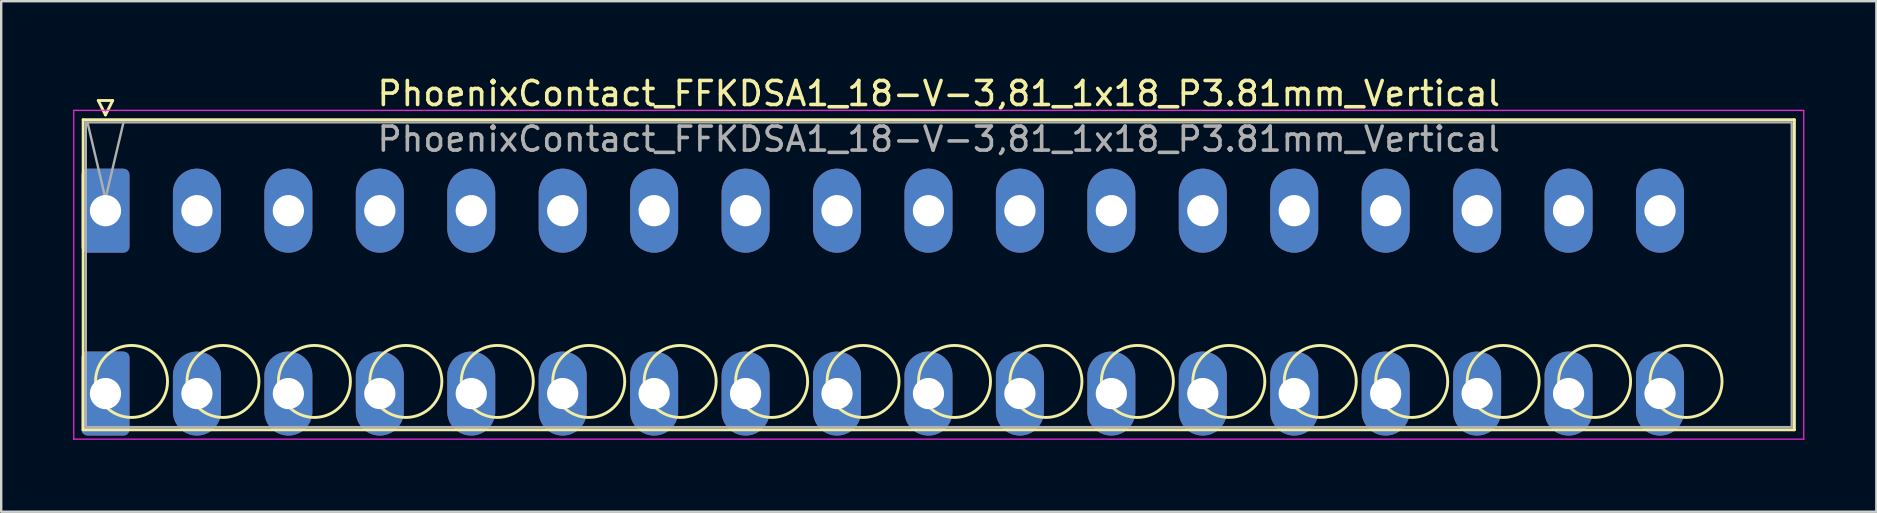
<source format=kicad_pcb>
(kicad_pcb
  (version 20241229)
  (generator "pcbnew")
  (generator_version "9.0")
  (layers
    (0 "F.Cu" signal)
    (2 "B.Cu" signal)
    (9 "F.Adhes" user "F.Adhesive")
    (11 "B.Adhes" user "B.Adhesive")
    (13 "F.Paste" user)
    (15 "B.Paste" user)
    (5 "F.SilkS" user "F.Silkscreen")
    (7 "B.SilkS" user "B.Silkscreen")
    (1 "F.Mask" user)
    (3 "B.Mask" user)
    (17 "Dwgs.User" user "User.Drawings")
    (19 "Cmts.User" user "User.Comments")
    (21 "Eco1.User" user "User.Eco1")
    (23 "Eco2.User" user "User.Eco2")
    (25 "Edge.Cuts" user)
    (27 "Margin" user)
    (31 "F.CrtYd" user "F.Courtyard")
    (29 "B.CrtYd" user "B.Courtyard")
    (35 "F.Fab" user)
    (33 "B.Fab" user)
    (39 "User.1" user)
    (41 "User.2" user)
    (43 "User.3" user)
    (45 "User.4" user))
  (footprint "PhoenixContact_FFKDSA1_18-V-3,81_1x18_P3.81mm_Vertical"
    (layer "F.Cu")
    (at 1.345 5.728)
    (property "Reference" "PhoenixContact_FFKDSA1_18-V-3,81_1x18_P3.81mm_Vertical" (at 34.72 -4.88 0) (layer "F.SilkS") (effects (font (size 1 1) (thickness 0.15))))
    (attr through_hole)
    (fp_line (start -0.93 -3.79) (end -0.93 9.13) (stroke (width 0.12) (type solid)) (layer "F.SilkS"))
    (fp_line (start -0.93 9.13) (end 70.37 9.13) (stroke (width 0.12) (type solid)) (layer "F.SilkS"))
    (fp_line (start -0.3 -4.59) (end 0.3 -4.59) (stroke (width 0.12) (type solid)) (layer "F.SilkS"))
    (fp_line (start 0 -3.99) (end -0.3 -4.59) (stroke (width 0.12) (type solid)) (layer "F.SilkS"))
    (fp_line (start 0.3 -4.59) (end 0 -3.99) (stroke (width 0.12) (type solid)) (layer "F.SilkS"))
    (fp_line (start 70.37 -3.79) (end -0.93 -3.79) (stroke (width 0.12) (type solid)) (layer "F.SilkS"))
    (fp_line (start 70.37 9.13) (end 70.37 -3.79) (stroke (width 0.12) (type solid)) (layer "F.SilkS"))
    (fp_circle (center 1.085 7.115) (end 2.585 7.115) (stroke (width 0.12) (type solid)) (fill no) (layer "F.SilkS"))
    (fp_circle (center 4.895 7.115) (end 6.395 7.115) (stroke (width 0.12) (type solid)) (fill no) (layer "F.SilkS"))
    (fp_circle (center 8.705 7.115) (end 10.205 7.115) (stroke (width 0.12) (type solid)) (fill no) (layer "F.SilkS"))
    (fp_circle (center 12.515 7.115) (end 14.015 7.115) (stroke (width 0.12) (type solid)) (fill no) (layer "F.SilkS"))
    (fp_circle (center 16.325 7.115) (end 17.825 7.115) (stroke (width 0.12) (type solid)) (fill no) (layer "F.SilkS"))
    (fp_circle (center 20.135 7.115) (end 21.635 7.115) (stroke (width 0.12) (type solid)) (fill no) (layer "F.SilkS"))
    (fp_circle (center 23.945 7.115) (end 25.445 7.115) (stroke (width 0.12) (type solid)) (fill no) (layer "F.SilkS"))
    (fp_circle (center 27.755 7.115) (end 29.255 7.115) (stroke (width 0.12) (type solid)) (fill no) (layer "F.SilkS"))
    (fp_circle (center 31.565 7.115) (end 33.065 7.115) (stroke (width 0.12) (type solid)) (fill no) (layer "F.SilkS"))
    (fp_circle (center 35.375 7.115) (end 36.875 7.115) (stroke (width 0.12) (type solid)) (fill no) (layer "F.SilkS"))
    (fp_circle (center 39.185 7.115) (end 40.685 7.115) (stroke (width 0.12) (type solid)) (fill no) (layer "F.SilkS"))
    (fp_circle (center 42.995 7.115) (end 44.495 7.115) (stroke (width 0.12) (type solid)) (fill no) (layer "F.SilkS"))
    (fp_circle (center 46.805 7.115) (end 48.305 7.115) (stroke (width 0.12) (type solid)) (fill no) (layer "F.SilkS"))
    (fp_circle (center 50.615 7.115) (end 52.115 7.115) (stroke (width 0.12) (type solid)) (fill no) (layer "F.SilkS"))
    (fp_circle (center 54.425 7.115) (end 55.925 7.115) (stroke (width 0.12) (type solid)) (fill no) (layer "F.SilkS"))
    (fp_circle (center 58.235 7.115) (end 59.735 7.115) (stroke (width 0.12) (type solid)) (fill no) (layer "F.SilkS"))
    (fp_circle (center 62.045 7.115) (end 63.545 7.115) (stroke (width 0.12) (type solid)) (fill no) (layer "F.SilkS"))
    (fp_circle (center 65.855 7.115) (end 67.355 7.115) (stroke (width 0.12) (type solid)) (fill no) (layer "F.SilkS"))
    (fp_line (start -1.32 -4.18) (end -1.32 9.52) (stroke (width 0.05) (type solid)) (layer "F.CrtYd"))
    (fp_line (start -1.32 9.52) (end 70.76 9.52) (stroke (width 0.05) (type solid)) (layer "F.CrtYd"))
    (fp_line (start 70.76 -4.18) (end -1.32 -4.18) (stroke (width 0.05) (type solid)) (layer "F.CrtYd"))
    (fp_line (start 70.76 9.52) (end 70.76 -4.18) (stroke (width 0.05) (type solid)) (layer "F.CrtYd"))
    (fp_line (start -0.82 -3.68) (end -0.82 9.02) (stroke (width 0.1) (type solid)) (layer "F.Fab"))
    (fp_line (start -0.82 9.02) (end 70.26 9.02) (stroke (width 0.1) (type solid)) (layer "F.Fab"))
    (fp_line (start 0 -0.5) (end -0.75 -3.68) (stroke (width 0.1) (type solid)) (layer "F.Fab"))
    (fp_line (start 0.75 -3.68) (end 0 -0.5) (stroke (width 0.1) (type solid)) (layer "F.Fab"))
    (fp_line (start 70.26 -3.68) (end -0.82 -3.68) (stroke (width 0.1) (type solid)) (layer "F.Fab"))
    (fp_line (start 70.26 9.02) (end 70.26 -3.68) (stroke (width 0.1) (type solid)) (layer "F.Fab"))
    (fp_text user "${REFERENCE}" (at 34.72 -2.98 0) (layer "F.Fab") (effects (font (size 1 1) (thickness 0.15))))
    (pad "1" thru_hole roundrect (at 0 0) (size 2 3.5) (drill 1.3) (layers "*.Cu" "*.Mask") (roundrect_rratio 0.125))
    (pad "1" thru_hole roundrect (at 0 7.62) (size 2 3.5) (drill 1.3) (layers "*.Cu" "*.Mask") (roundrect_rratio 0.125))
    (pad "2" thru_hole oval (at 3.81 0) (size 2 3.5) (drill 1.3) (layers "*.Cu" "*.Mask"))
    (pad "2" thru_hole oval (at 3.81 7.62) (size 2 3.5) (drill 1.3) (layers "*.Cu" "*.Mask"))
    (pad "3" thru_hole oval (at 7.62 0) (size 2 3.5) (drill 1.3) (layers "*.Cu" "*.Mask"))
    (pad "3" thru_hole oval (at 7.62 7.62) (size 2 3.5) (drill 1.3) (layers "*.Cu" "*.Mask"))
    (pad "4" thru_hole oval (at 11.43 0) (size 2 3.5) (drill 1.3) (layers "*.Cu" "*.Mask"))
    (pad "4" thru_hole oval (at 11.43 7.62) (size 2 3.5) (drill 1.3) (layers "*.Cu" "*.Mask"))
    (pad "5" thru_hole oval (at 15.24 0) (size 2 3.5) (drill 1.3) (layers "*.Cu" "*.Mask"))
    (pad "5" thru_hole oval (at 15.24 7.62) (size 2 3.5) (drill 1.3) (layers "*.Cu" "*.Mask"))
    (pad "6" thru_hole oval (at 19.05 0) (size 2 3.5) (drill 1.3) (layers "*.Cu" "*.Mask"))
    (pad "6" thru_hole oval (at 19.05 7.62) (size 2 3.5) (drill 1.3) (layers "*.Cu" "*.Mask"))
    (pad "7" thru_hole oval (at 22.86 0) (size 2 3.5) (drill 1.3) (layers "*.Cu" "*.Mask"))
    (pad "7" thru_hole oval (at 22.86 7.62) (size 2 3.5) (drill 1.3) (layers "*.Cu" "*.Mask"))
    (pad "8" thru_hole oval (at 26.67 0) (size 2 3.5) (drill 1.3) (layers "*.Cu" "*.Mask"))
    (pad "8" thru_hole oval (at 26.67 7.62) (size 2 3.5) (drill 1.3) (layers "*.Cu" "*.Mask"))
    (pad "9" thru_hole oval (at 30.48 0) (size 2 3.5) (drill 1.3) (layers "*.Cu" "*.Mask"))
    (pad "9" thru_hole oval (at 30.48 7.62) (size 2 3.5) (drill 1.3) (layers "*.Cu" "*.Mask"))
    (pad "10" thru_hole oval (at 34.29 0) (size 2 3.5) (drill 1.3) (layers "*.Cu" "*.Mask"))
    (pad "10" thru_hole oval (at 34.29 7.62) (size 2 3.5) (drill 1.3) (layers "*.Cu" "*.Mask"))
    (pad "11" thru_hole oval (at 38.1 0) (size 2 3.5) (drill 1.3) (layers "*.Cu" "*.Mask"))
    (pad "11" thru_hole oval (at 38.1 7.62) (size 2 3.5) (drill 1.3) (layers "*.Cu" "*.Mask"))
    (pad "12" thru_hole oval (at 41.91 0) (size 2 3.5) (drill 1.3) (layers "*.Cu" "*.Mask"))
    (pad "12" thru_hole oval (at 41.91 7.62) (size 2 3.5) (drill 1.3) (layers "*.Cu" "*.Mask"))
    (pad "13" thru_hole oval (at 45.72 0) (size 2 3.5) (drill 1.3) (layers "*.Cu" "*.Mask"))
    (pad "13" thru_hole oval (at 45.72 7.62) (size 2 3.5) (drill 1.3) (layers "*.Cu" "*.Mask"))
    (pad "14" thru_hole oval (at 49.53 0) (size 2 3.5) (drill 1.3) (layers "*.Cu" "*.Mask"))
    (pad "14" thru_hole oval (at 49.53 7.62) (size 2 3.5) (drill 1.3) (layers "*.Cu" "*.Mask"))
    (pad "15" thru_hole oval (at 53.34 0) (size 2 3.5) (drill 1.3) (layers "*.Cu" "*.Mask"))
    (pad "15" thru_hole oval (at 53.34 7.62) (size 2 3.5) (drill 1.3) (layers "*.Cu" "*.Mask"))
    (pad "16" thru_hole oval (at 57.15 0) (size 2 3.5) (drill 1.3) (layers "*.Cu" "*.Mask"))
    (pad "16" thru_hole oval (at 57.15 7.62) (size 2 3.5) (drill 1.3) (layers "*.Cu" "*.Mask"))
    (pad "17" thru_hole oval (at 60.96 0) (size 2 3.5) (drill 1.3) (layers "*.Cu" "*.Mask"))
    (pad "17" thru_hole oval (at 60.96 7.62) (size 2 3.5) (drill 1.3) (layers "*.Cu" "*.Mask"))
    (pad "18" thru_hole oval (at 64.77 0) (size 2 3.5) (drill 1.3) (layers "*.Cu" "*.Mask"))
    (pad "18" thru_hole oval (at 64.77 7.62) (size 2 3.5) (drill 1.3) (layers "*.Cu" "*.Mask")))
  (gr_rect
    (start -3 -3)
    (end 75.13 18.273)
    (stroke (width 0.1) (type default))
    (fill no)
    (layer "Edge.Cuts")))
</source>
